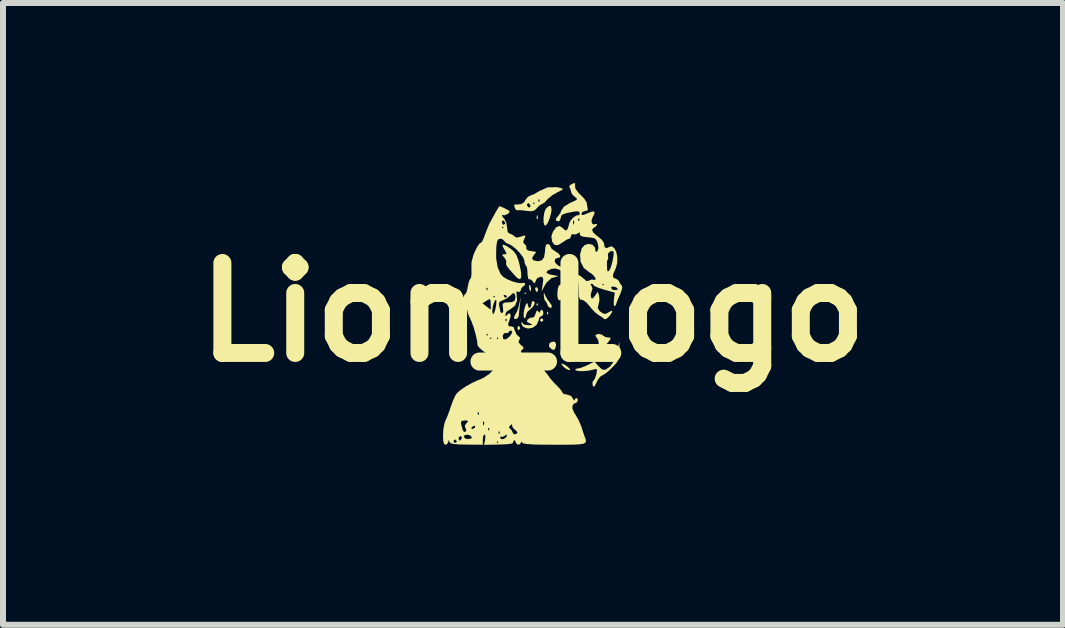
<source format=kicad_pcb>
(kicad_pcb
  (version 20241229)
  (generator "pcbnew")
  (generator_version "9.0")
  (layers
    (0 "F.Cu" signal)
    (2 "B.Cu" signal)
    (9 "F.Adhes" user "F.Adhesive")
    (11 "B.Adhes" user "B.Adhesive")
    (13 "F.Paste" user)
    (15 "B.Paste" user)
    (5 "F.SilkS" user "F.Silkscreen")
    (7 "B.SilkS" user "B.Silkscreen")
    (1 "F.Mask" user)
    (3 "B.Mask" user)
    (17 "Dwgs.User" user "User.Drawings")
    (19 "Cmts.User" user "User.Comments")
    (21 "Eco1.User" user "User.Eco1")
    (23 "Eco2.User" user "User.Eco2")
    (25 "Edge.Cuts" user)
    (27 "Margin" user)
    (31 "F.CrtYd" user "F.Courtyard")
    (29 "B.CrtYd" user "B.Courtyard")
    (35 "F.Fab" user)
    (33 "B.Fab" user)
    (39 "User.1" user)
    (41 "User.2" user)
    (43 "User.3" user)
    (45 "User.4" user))
  (footprint "Lion_Logo"
    (layer "F.Cu")
    (at 5.836 2.156)
    (property "Reference" "Lion_Logo" (at 0 0 0) (layer "F.SilkS") (effects (font (size 1.5 1.5) (thickness 0.3))))
    (attr board_only exclude_from_pos_files exclude_from_bom)
    (fp_poly (pts (xy -0.115 -0.318) (xy -0.13 -0.303) (xy -0.144 -0.318) (xy -0.13 -0.332)) (stroke (width 0) (type solid)) (fill yes) (layer "F.SilkS"))
    (fp_poly (pts (xy 0.077 -0.149) (xy 0.08 -0.115) (xy 0.077 -0.111) (xy 0.06 -0.115) (xy 0.058 -0.13) (xy 0.068 -0.154)) (stroke (width 0) (type solid)) (fill yes) (layer "F.SilkS"))
    (fp_poly (pts (xy 0.077 -1.607) (xy 0.081 -1.562) (xy 0.075 -1.552) (xy 0.062 -1.561) (xy 0.06 -1.59) (xy 0.067 -1.621)) (stroke (width 0) (type solid)) (fill yes) (layer "F.SilkS"))
    (fp_poly (pts (xy 0.25 -0.005) (xy 0.254 0.029) (xy 0.25 0.034) (xy 0.233 0.03) (xy 0.231 0.014) (xy 0.241 -0.009)) (stroke (width 0) (type solid)) (fill yes) (layer "F.SilkS"))
    (fp_poly (pts (xy -0.23 0.231) (xy -0.214 0.266) (xy -0.218 0.276) (xy -0.246 0.302) (xy -0.259 0.273) (xy -0.26 0.258) (xy -0.246 0.228)) (stroke (width 0) (type solid)) (fill yes) (layer "F.SilkS"))
    (fp_poly (pts (xy 0.084 -0.384) (xy 0.08 -0.357) (xy 0.065 -0.335) (xy 0.046 -0.357) (xy 0.035 -0.399) (xy 0.04 -0.411) (xy 0.069 -0.416)) (stroke (width 0) (type solid)) (fill yes) (layer "F.SilkS"))
    (fp_poly (pts (xy -0.051 -0.453) (xy -0.033 -0.403) (xy -0.035 -0.371) (xy -0.045 -0.346) (xy -0.058 -0.375) (xy -0.063 -0.399) (xy -0.068 -0.452) (xy -0.052 -0.453)) (stroke (width 0) (type solid)) (fill yes) (layer "F.SilkS"))
    (fp_poly (pts (xy 0.172 0.123) (xy 0.173 0.13) (xy 0.151 0.158) (xy 0.144 0.159) (xy 0.116 0.137) (xy 0.115 0.13) (xy 0.137 0.102) (xy 0.144 0.101)) (stroke (width 0) (type solid)) (fill yes) (layer "F.SilkS"))
    (fp_poly (pts (xy 0.741 -0.169) (xy 0.736 -0.159) (xy 0.709 -0.131) (xy 0.704 -0.13) (xy 0.702 -0.149) (xy 0.707 -0.159) (xy 0.734 -0.186) (xy 0.739 -0.188)) (stroke (width 0) (type solid)) (fill yes) (layer "F.SilkS"))
    (fp_poly (pts (xy 0.385 0.531) (xy 0.378 0.583) (xy 0.356 0.626) (xy 0.317 0.621) (xy 0.31 0.617) (xy 0.266 0.571) (xy 0.27 0.522) (xy 0.308 0.493) (xy 0.363 0.49)) (stroke (width 0) (type solid)) (fill yes) (layer "F.SilkS"))
    (fp_poly (pts (xy 0.524 0.872) (xy 0.577 0.909) (xy 0.619 0.949) (xy 0.611 0.965) (xy 0.606 0.965) (xy 0.554 0.945) (xy 0.507 0.907) (xy 0.474 0.866) (xy 0.482 0.854)) (stroke (width 0) (type solid)) (fill yes) (layer "F.SilkS"))
    (fp_poly (pts (xy 0.299 -1.769) (xy 0.309 -1.716) (xy 0.304 -1.667) (xy 0.279 -1.571) (xy 0.248 -1.494) (xy 0.217 -1.449) (xy 0.193 -1.447) (xy 0.177 -1.495) (xy 0.175 -1.574) (xy 0.187 -1.657) (xy 0.21 -1.72) (xy 0.213 -1.725) (xy 0.265 -1.773)) (stroke (width 0) (type solid)) (fill yes) (layer "F.SilkS"))
    (fp_poly (pts (xy 0.506 -0.466) (xy 0.539 -0.438) (xy 0.542 -0.382) (xy 0.537 -0.354) (xy 0.511 -0.274) (xy 0.475 -0.218) (xy 0.438 -0.199) (xy 0.424 -0.206) (xy 0.408 -0.252) (xy 0.406 -0.327) (xy 0.415 -0.402) (xy 0.43 -0.444) (xy 0.476 -0.47)) (stroke (width 0) (type solid)) (fill yes) (layer "F.SilkS"))
    (fp_poly (pts (xy -0.22 -0.115) (xy -0.23 -0.025) (xy -0.237 0.044) (xy -0.238 0.064) (xy -0.257 0.099) (xy -0.291 0.115) (xy -0.316 0.103) (xy -0.318 0.091) (xy -0.299 0.039) (xy -0.288 0.025) (xy -0.264 -0.019) (xy -0.239 -0.097) (xy -0.231 -0.132) (xy -0.203 -0.26)) (stroke (width 0) (type solid)) (fill yes) (layer "F.SilkS"))
    (fp_poly (pts (xy 0.187 -0.319) (xy 0.203 -0.28) (xy 0.243 -0.208) (xy 0.274 -0.169) (xy 0.312 -0.116) (xy 0.31 -0.08) (xy 0.286 -0.072) (xy 0.254 -0.096) (xy 0.239 -0.13) (xy 0.219 -0.177) (xy 0.205 -0.188) (xy 0.19 -0.213) (xy 0.181 -0.267) (xy 0.179 -0.32)) (stroke (width 0) (type solid)) (fill yes) (layer "F.SilkS"))
    (fp_poly (pts (xy 1.157 0.377) (xy 1.169 0.39) (xy 1.21 0.414) (xy 1.243 0.419) (xy 1.286 0.423) (xy 1.293 0.443) (xy 1.262 0.488) (xy 1.222 0.534) (xy 1.157 0.599) (xy 1.118 0.615) (xy 1.1 0.583) (xy 1.097 0.536) (xy 1.088 0.469) (xy 1.068 0.433) (xy 1.04 0.396) (xy 1.039 0.388) (xy 1.062 0.366) (xy 1.11 0.362)) (stroke (width 0) (type solid)) (fill yes) (layer "F.SilkS"))
    (fp_poly (pts (xy 0.028 -0.17) (xy 0.022 -0.128) (xy -0.014 -0.078) (xy -0.043 -0.055) (xy -0.096 -0.004) (xy -0.115 0.047) (xy -0.127 0.092) (xy -0.143 0.101) (xy -0.156 0.076) (xy -0.156 0.014) (xy -0.153 -0.007) (xy -0.137 -0.081) (xy -0.116 -0.134) (xy -0.098 -0.156) (xy -0.087 -0.136) (xy -0.087 -0.121) (xy -0.073 -0.079) (xy -0.058 -0.072) (xy -0.034 -0.096) (xy -0.029 -0.13) (xy -0.017 -0.177) (xy 0 -0.188)) (stroke (width 0) (type solid)) (fill yes) (layer "F.SilkS"))
    (fp_poly (pts (xy -0.455 -1.113) (xy -0.384 -1.067) (xy -0.319 -1.014) (xy -0.277 -0.955) (xy -0.245 -0.87) (xy -0.225 -0.797) (xy -0.199 -0.666) (xy -0.196 -0.584) (xy -0.217 -0.551) (xy -0.261 -0.57) (xy -0.296 -0.605) (xy -0.378 -0.697) (xy -0.427 -0.756) (xy -0.448 -0.793) (xy -0.45 -0.816) (xy -0.446 -0.825) (xy -0.449 -0.866) (xy -0.478 -0.911) (xy -0.512 -0.952) (xy -0.505 -0.966) (xy -0.477 -0.967) (xy -0.445 -0.971) (xy -0.446 -0.993) (xy -0.475 -1.042) (xy -0.509 -1.105) (xy -0.502 -1.129)) (stroke (width 0) (type solid)) (fill yes) (layer "F.SilkS"))
    (fp_poly (pts (xy 0.168 -0.019) (xy 0.173 0.014) (xy 0.158 0.058) (xy 0.137 0.065) (xy 0.108 0.084) (xy 0.092 0.139) (xy 0.06 0.21) (xy -0.005 0.257) (xy -0.082 0.272) (xy -0.153 0.249) (xy -0.174 0.23) (xy -0.196 0.186) (xy -0.192 0.168) (xy -0.175 0.171) (xy -0.173 0.183) (xy -0.148 0.206) (xy -0.084 0.215) (xy -0.079 0.215) (xy -0.019 0.212) (xy -0.012 0.204) (xy -0.054 0.186) (xy -0.054 0.185) (xy -0.1 0.159) (xy -0.096 0.128) (xy -0.088 0.117) (xy -0.041 0.089) (xy -0.016 0.09) (xy 0.019 0.077) (xy 0.042 0.025) (xy 0.06 -0.026) (xy 0.079 -0.025) (xy 0.088 -0.013) (xy 0.11 0.01) (xy 0.115 -0.007) (xy 0.134 -0.041) (xy 0.144 -0.043)) (stroke (width 0) (type solid)) (fill yes) (layer "F.SilkS"))
    (fp_poly (pts (xy 1.441 0.644) (xy 1.439 0.732) (xy 1.423 0.794) (xy 1.385 0.852) (xy 1.316 0.925) (xy 1.244 0.993) (xy 1.182 1.039) (xy 1.15 1.054) (xy 1.115 1.078) (xy 1.074 1.138) (xy 1.063 1.162) (xy 1.031 1.226) (xy 1.011 1.243) (xy 0.994 1.217) (xy 0.994 1.217) (xy 0.991 1.163) (xy 1.006 1.143) (xy 1.033 1.103) (xy 1.056 1.033) (xy 1.057 1.027) (xy 1.067 0.964) (xy 1.055 0.944) (xy 1.011 0.953) (xy 1.007 0.955) (xy 0.928 0.973) (xy 0.838 0.981) (xy 0.758 0.98) (xy 0.709 0.967) (xy 0.704 0.962) (xy 0.715 0.942) (xy 0.743 0.938) (xy 0.801 0.925) (xy 0.882 0.893) (xy 0.91 0.879) (xy 1.025 0.821) (xy 1.088 0.894) (xy 1.148 0.951) (xy 1.199 0.961) (xy 1.259 0.924) (xy 1.291 0.897) (xy 1.358 0.8) (xy 1.402 0.659) (xy 1.438 0.491)) (stroke (width 0) (type solid)) (fill yes) (layer "F.SilkS"))
    (fp_poly (pts (xy 0.458 -2.074) (xy 0.495 -2.06) (xy 0.493 -2.045) (xy 0.447 -2.019) (xy 0.409 -2.002) (xy 0.322 -1.951) (xy 0.249 -1.891) (xy 0.236 -1.876) (xy 0.188 -1.826) (xy 0.15 -1.804) (xy 0.149 -1.804) (xy 0.111 -1.784) (xy 0.067 -1.739) (xy 0.026 -1.698) (xy -0.025 -1.684) (xy -0.107 -1.69) (xy -0.115 -1.692) (xy -0.197 -1.701) (xy -0.253 -1.702) (xy -0.264 -1.699) (xy -0.288 -1.712) (xy -0.3 -1.734) (xy -0.316 -1.782) (xy -0.313 -1.785) (xy -0.103 -1.785) (xy -0.08 -1.753) (xy -0.057 -1.746) (xy -0.042 -1.767) (xy -0.047 -1.789) (xy -0.074 -1.818) (xy 0 -1.818) (xy 0.014 -1.804) (xy 0.029 -1.818) (xy 0.014 -1.833) (xy 0 -1.818) (xy -0.074 -1.818) (xy -0.075 -1.819) (xy -0.09 -1.816) (xy -0.103 -1.785) (xy -0.313 -1.785) (xy -0.303 -1.796) (xy -0.281 -1.796) (xy -0.197 -1.803) (xy -0.148 -1.836) (xy -0.133 -1.862) (xy 0.087 -1.862) (xy 0.097 -1.838) (xy 0.106 -1.842) (xy 0.109 -1.877) (xy 0.106 -1.881) (xy 0.089 -1.877) (xy 0.087 -1.862) (xy -0.133 -1.862) (xy -0.13 -1.869) (xy -0.087 -1.923) (xy -0.048 -1.944) (xy 0.009 -1.966) (xy 0.085 -2.008) (xy 0.108 -2.023) (xy 0.244 -2.082) (xy 0.397 -2.086)) (stroke (width 0) (type solid)) (fill yes) (layer "F.SilkS"))
    (fp_poly (pts (xy 0.704 -2.139) (xy 0.699 -2.114) (xy 0.708 -2.057) (xy 0.764 -1.985) (xy 0.79 -1.961) (xy 0.851 -1.897) (xy 0.889 -1.841) (xy 0.895 -1.822) (xy 0.905 -1.757) (xy 0.912 -1.734) (xy 0.91 -1.698) (xy 0.869 -1.689) (xy 0.82 -1.671) (xy 0.808 -1.646) (xy 0.815 -1.621) (xy 0.846 -1.624) (xy 0.909 -1.651) (xy 0.99 -1.681) (xy 1.027 -1.675) (xy 1.02 -1.632) (xy 0.999 -1.597) (xy 0.976 -1.537) (xy 0.981 -1.486) (xy 1.008 -1.462) (xy 1.036 -1.47) (xy 1.065 -1.472) (xy 1.068 -1.462) (xy 1.045 -1.429) (xy 1.025 -1.418) (xy 0.985 -1.384) (xy 0.999 -1.335) (xy 1.064 -1.275) (xy 1.083 -1.263) (xy 1.146 -1.21) (xy 1.181 -1.157) (xy 1.183 -1.145) (xy 1.196 -1.083) (xy 1.231 -1.069) (xy 1.256 -1.083) (xy 1.308 -1.101) (xy 1.352 -1.072) (xy 1.386 -1.011) (xy 1.405 -0.927) (xy 1.405 -0.835) (xy 1.384 -0.745) (xy 1.373 -0.721) (xy 1.334 -0.63) (xy 1.336 -0.578) (xy 1.372 -0.563) (xy 1.418 -0.539) (xy 1.435 -0.512) (xy 1.465 -0.459) (xy 1.482 -0.443) (xy 1.488 -0.406) (xy 1.465 -0.332) (xy 1.448 -0.292) (xy 1.412 -0.21) (xy 1.389 -0.148) (xy 1.385 -0.13) (xy 1.366 -0.102) (xy 1.359 -0.101) (xy 1.346 -0.126) (xy 1.346 -0.189) (xy 1.348 -0.214) (xy 1.364 -0.327) (xy 1.187 -0.377) (xy 1.096 -0.406) (xy 1.092 -0.408) (xy 1.299 -0.408) (xy 1.323 -0.378) (xy 1.357 -0.369) (xy 1.403 -0.375) (xy 1.414 -0.388) (xy 1.39 -0.414) (xy 1.357 -0.427) (xy 1.309 -0.426) (xy 1.299 -0.408) (xy 1.092 -0.408) (xy 1.032 -0.433) (xy 1.01 -0.451) (xy 1 -0.462) (xy 1.155 -0.462) (xy 1.169 -0.447) (xy 1.183 -0.462) (xy 1.169 -0.476) (xy 1.155 -0.462) (xy 1 -0.462) (xy 0.987 -0.475) (xy 0.976 -0.476) (xy 0.956 -0.467) (xy 0.974 -0.443) (xy 0.992 -0.395) (xy 0.978 -0.354) (xy 0.961 -0.289) (xy 0.966 -0.253) (xy 0.983 -0.227) (xy 1.01 -0.246) (xy 1.031 -0.274) (xy 1.078 -0.341) (xy 1.101 -0.279) (xy 1.108 -0.203) (xy 1.094 -0.137) (xy 1.079 -0.074) (xy 1.104 -0.028) (xy 1.128 -0.007) (xy 1.179 0.027) (xy 1.223 0.022) (xy 1.26 0.000011) (xy 1.311 -0.026) (xy 1.323 -0.014) (xy 1.295 0.035) (xy 1.267 0.071) (xy 1.222 0.111) (xy 1.19 0.116) (xy 1.189 0.114) (xy 1.15 0.081) (xy 1.097 0.049) (xy 1.035 0.002) (xy 0.968 -0.07) (xy 0.946 -0.099) (xy 0.886 -0.167) (xy 0.832 -0.203) (xy 0.816 -0.206) (xy 0.782 -0.216) (xy 0.766 -0.26) (xy 0.762 -0.318) (xy 0.758 -0.439) (xy 0.752 -0.513) (xy 0.742 -0.547) (xy 0.727 -0.551) (xy 0.722 -0.548) (xy 0.695 -0.547) (xy 0.693 -0.554) (xy 0.669 -0.579) (xy 0.608 -0.62) (xy 0.535 -0.662) (xy 0.438 -0.71) (xy 0.371 -0.73) (xy 0.316 -0.726) (xy 0.299 -0.72) (xy 0.234 -0.688) (xy 0.226 -0.657) (xy 0.273 -0.632) (xy 0.346 -0.618) (xy 0.407 -0.607) (xy 0.42 -0.599) (xy 0.402 -0.596) (xy 0.304 -0.568) (xy 0.225 -0.494) (xy 0.188 -0.433) (xy 0.143 -0.346) (xy 0.162 -0.469) (xy 0.171 -0.546) (xy 0.162 -0.582) (xy 0.132 -0.592) (xy 0.123 -0.592) (xy 0.067 -0.566) (xy 0.046 -0.527) (xy 0.03 -0.483) (xy 0.012 -0.491) (xy -0.002 -0.513) (xy -0.038 -0.547) (xy -0.06 -0.547) (xy -0.079 -0.56) (xy -0.09 -0.614) (xy -0.09 -0.619) (xy -0.095 -0.703) (xy -0.102 -0.749) (xy -0.115 -0.774) (xy -0.123 -0.782) (xy -0.141 -0.826) (xy -0.144 -0.864) (xy -0.165 -0.916) (xy -0.218 -0.986) (xy -0.286 -1.057) (xy -0.355 -1.113) (xy -0.41 -1.14) (xy -0.415 -1.14) (xy -0.46 -1.163) (xy -0.472 -1.183) (xy -0.512 -1.22) (xy -0.545 -1.227) (xy -0.579 -1.217) (xy -0.599 -1.18) (xy -0.611 -1.101) (xy -0.613 -1.075) (xy -0.615 -0.902) (xy -0.59 -0.753) (xy -0.542 -0.641) (xy -0.499 -0.592) (xy -0.428 -0.549) (xy -0.339 -0.513) (xy -0.252 -0.49) (xy -0.188 -0.485) (xy -0.175 -0.49) (xy -0.138 -0.487) (xy -0.132 -0.48) (xy -0.139 -0.449) (xy -0.159 -0.437) (xy -0.197 -0.397) (xy -0.202 -0.373) (xy -0.219 -0.34) (xy -0.247 -0.343) (xy -0.279 -0.345) (xy -0.275 -0.306) (xy -0.274 -0.302) (xy -0.265 -0.198) (xy -0.3 -0.11) (xy -0.374 -0.053) (xy -0.376 -0.052) (xy -0.442 -0.01) (xy -0.461 0.034) (xy -0.456 0.067) (xy -0.436 0.047) (xy -0.436 0.047) (xy -0.401 0.015) (xy -0.378 0.028) (xy -0.373 0.071) (xy -0.39 0.121) (xy -0.415 0.193) (xy -0.405 0.234) (xy -0.362 0.235) (xy -0.36 0.235) (xy -0.325 0.247) (xy -0.303 0.302) (xy -0.276 0.368) (xy -0.24 0.402) (xy -0.212 0.426) (xy -0.229 0.46) (xy -0.243 0.497) (xy -0.213 0.536) (xy -0.196 0.549) (xy -0.155 0.59) (xy -0.166 0.612) (xy -0.201 0.643) (xy -0.195 0.677) (xy -0.153 0.688) (xy -0.144 0.687) (xy -0.102 0.684) (xy -0.103 0.716) (xy -0.104 0.718) (xy -0.103 0.755) (xy -0.058 0.765) (xy -0.001 0.785) (xy 0.019 0.815) (xy 0.052 0.864) (xy 0.114 0.917) (xy 0.124 0.924) (xy 0.194 0.98) (xy 0.244 1.04) (xy 0.247 1.045) (xy 0.287 1.103) (xy 0.351 1.176) (xy 0.385 1.209) (xy 0.446 1.273) (xy 0.484 1.323) (xy 0.491 1.34) (xy 0.515 1.363) (xy 0.564 1.371) (xy 0.635 1.394) (xy 0.663 1.436) (xy 0.683 1.472) (xy 0.691 1.465) (xy 0.712 1.431) (xy 0.724 1.429) (xy 0.746 1.451) (xy 0.745 1.474) (xy 0.725 1.508) (xy 0.712 1.51) (xy 0.681 1.524) (xy 0.661 1.55) (xy 0.654 1.6) (xy 0.684 1.67) (xy 0.705 1.703) (xy 0.76 1.798) (xy 0.803 1.898) (xy 0.809 1.914) (xy 0.834 1.995) (xy 0.855 2.057) (xy 0.858 2.064) (xy 0.876 2.114) (xy 0.883 2.151) (xy 0.871 2.176) (xy 0.835 2.193) (xy 0.766 2.202) (xy 0.659 2.207) (xy 0.506 2.208) (xy 0.358 2.208) (xy 0.158 2.207) (xy 0.01 2.204) (xy -0.093 2.197) (xy -0.154 2.188) (xy -0.181 2.175) (xy -0.183 2.172) (xy -0.196 2.151) (xy -0.2 2.172) (xy -0.221 2.204) (xy -0.26 2.204) (xy -0.287 2.175) (xy -0.289 2.163) (xy -0.303 2.133) (xy -0.318 2.136) (xy -0.336 2.169) (xy -0.333 2.178) (xy -0.353 2.189) (xy -0.418 2.198) (xy -0.517 2.204) (xy -0.567 2.205) (xy -0.816 2.21) (xy -0.807 2.165) (xy -0.606 2.165) (xy -0.592 2.179) (xy -0.577 2.165) (xy -0.592 2.15) (xy -0.606 2.165) (xy -0.807 2.165) (xy -0.798 2.122) (xy -0.796 2.09) (xy -0.548 2.09) (xy -0.529 2.116) (xy -0.488 2.112) (xy -0.449 2.084) (xy -0.438 2.064) (xy -0.434 2.036) (xy -0.461 2.052) (xy -0.467 2.056) (xy -0.511 2.078) (xy -0.529 2.073) (xy -0.547 2.077) (xy -0.548 2.09) (xy -0.796 2.09) (xy -0.794 2.061) (xy -0.808 2.035) (xy -0.809 2.035) (xy -0.829 2.06) (xy -0.837 2.12) (xy -0.837 2.122) (xy -0.837 2.208) (xy -1.11 2.206) (xy -1.24 2.203) (xy -1.324 2.196) (xy -1.37 2.184) (xy -1.392 2.164) (xy -1.395 2.155) (xy -1.396 2.15) (xy -1.328 2.15) (xy -1.306 2.178) (xy -1.299 2.179) (xy -1.271 2.157) (xy -1.27 2.15) (xy -1.292 2.122) (xy -1.299 2.121) (xy -1.327 2.143) (xy -1.328 2.15) (xy -1.396 2.15) (xy -1.406 2.124) (xy -1.41 2.149) (xy -1.411 2.158) (xy -1.434 2.2) (xy -1.458 2.208) (xy -1.484 2.194) (xy -1.497 2.145) (xy -1.498 2.109) (xy -1.241 2.109) (xy -1.227 2.139) (xy -1.212 2.136) (xy -1.185 2.099) (xy -1.183 2.091) (xy -1.199 2.073) (xy -1.155 2.073) (xy -1.129 2.106) (xy -1.081 2.114) (xy -1.03 2.104) (xy -1.019 2.082) (xy -1.05 2.051) (xy -1.1 2.04) (xy -1.143 2.051) (xy -1.155 2.073) (xy -1.199 2.073) (xy -1.205 2.065) (xy -1.212 2.064) (xy -1.238 2.087) (xy -1.241 2.109) (xy -1.498 2.109) (xy -1.501 2.049) (xy -1.501 2.047) (xy -1.498 2.006) (xy -0.577 2.006) (xy -0.567 2.03) (xy -0.558 2.025) (xy -0.555 1.991) (xy -0.558 1.987) (xy -0.575 1.991) (xy -0.577 2.006) (xy -1.498 2.006) (xy -1.494 1.941) (xy -1.475 1.847) (xy -1.473 1.842) (xy -1.202 1.842) (xy -1.194 1.883) (xy -1.172 1.962) (xy -1.151 1.995) (xy -1.123 1.99) (xy -1.122 1.989) (xy -1.112 1.956) (xy -1.125 1.934) (xy -1.13 1.919) (xy -1.025 1.919) (xy -1.023 1.946) (xy -1.014 1.948) (xy -0.75 1.948) (xy -0.74 1.972) (xy -0.731 1.968) (xy -0.728 1.933) (xy -0.731 1.929) (xy -0.748 1.933) (xy -0.75 1.948) (xy -1.014 1.948) (xy -0.973 1.927) (xy -0.969 1.923) (xy -0.404 1.923) (xy -0.382 1.94) (xy -0.349 1.977) (xy -0.346 1.994) (xy -0.323 2.03) (xy -0.303 2.035) (xy -0.265 2.019) (xy -0.26 2.005) (xy -0.283 1.97) (xy -0.303 1.959) (xy -0.341 1.919) (xy -0.346 1.896) (xy -0.353 1.866) (xy -0.38 1.886) (xy -0.382 1.888) (xy -0.404 1.923) (xy -0.969 1.923) (xy -0.967 1.919) (xy -0.968 1.893) (xy -0.978 1.891) (xy -1.019 1.912) (xy -1.025 1.919) (xy -1.13 1.919) (xy -1.138 1.891) (xy -1.11 1.85) (xy -1.106 1.845) (xy -0.835 1.845) (xy -0.829 1.882) (xy -0.82 1.883) (xy -0.813 1.844) (xy -0.817 1.827) (xy -0.83 1.816) (xy -0.835 1.845) (xy -1.106 1.845) (xy -1.082 1.817) (xy -1.1 1.805) (xy -1.139 1.804) (xy -1.191 1.811) (xy -1.202 1.842) (xy -1.473 1.842) (xy -1.461 1.808) (xy -1.429 1.737) (xy -1.411 1.689) (xy -0.924 1.689) (xy -0.913 1.712) (xy -0.904 1.708) (xy -0.901 1.674) (xy -0.904 1.669) (xy -0.922 1.673) (xy -0.924 1.689) (xy -1.411 1.689) (xy -1.392 1.638) (xy -1.37 1.571) (xy -1.334 1.472) (xy -1.295 1.388) (xy -1.273 1.353) (xy -1.212 1.298) (xy -1.119 1.235) (xy -1.014 1.176) (xy -0.918 1.132) (xy -0.895 1.125) (xy -0.826 1.092) (xy -0.746 1.04) (xy -0.729 1.028) (xy -0.665 0.964) (xy -0.638 0.896) (xy -0.635 0.844) (xy -0.641 0.77) (xy -0.665 0.739) (xy -0.686 0.736) (xy -0.727 0.719) (xy -0.789 0.678) (xy -0.855 0.628) (xy -0.905 0.58) (xy -0.924 0.552) (xy -0.933 0.472) (xy -0.942 0.433) (xy -0.722 0.433) (xy -0.707 0.447) (xy -0.693 0.433) (xy -0.606 0.433) (xy -0.592 0.447) (xy -0.577 0.433) (xy -0.592 0.419) (xy -0.606 0.433) (xy -0.693 0.433) (xy -0.707 0.419) (xy -0.722 0.433) (xy -0.942 0.433) (xy -0.952 0.39) (xy -0.505 0.39) (xy -0.5 0.435) (xy -0.484 0.452) (xy -0.445 0.447) (xy -0.397 0.41) (xy -0.358 0.36) (xy -0.347 0.325) (xy -0.368 0.304) (xy -0.375 0.303) (xy -0.403 0.324) (xy -0.404 0.331) (xy -0.425 0.348) (xy -0.444 0.344) (xy -0.483 0.351) (xy -0.505 0.39) (xy -0.952 0.39) (xy -0.955 0.375) (xy -0.779 0.375) (xy -0.765 0.39) (xy -0.75 0.375) (xy -0.765 0.361) (xy -0.779 0.375) (xy -0.955 0.375) (xy -0.958 0.363) (xy -0.991 0.248) (xy -1.026 0.151) (xy -1.036 0.13) (xy -0.462 0.13) (xy -0.451 0.154) (xy -0.443 0.149) (xy -0.439 0.115) (xy -0.443 0.111) (xy -0.46 0.115) (xy -0.462 0.13) (xy -1.036 0.13) (xy -1.045 0.112) (xy -1.084 0.024) (xy -1.092 -0.014) (xy -0.679 -0.014) (xy -0.67 0.027) (xy -0.67 0.028) (xy -0.651 0.018) (xy -0.632 -0.033) (xy -0.616 -0.11) (xy -0.614 -0.13) (xy -0.568 -0.13) (xy -0.566 -0.119) (xy -0.552 -0.053) (xy -0.549 -0.022) (xy -0.528 0.012) (xy -0.516 0.014) (xy -0.496 -0.01) (xy -0.501 -0.072) (xy -0.507 -0.134) (xy -0.485 -0.158) (xy -0.454 -0.163) (xy -0.383 -0.168) (xy -0.349 -0.17) (xy -0.303 -0.197) (xy -0.292 -0.257) (xy -0.301 -0.294) (xy -0.319 -0.322) (xy -0.347 -0.309) (xy -0.377 -0.279) (xy -0.446 -0.226) (xy -0.508 -0.199) (xy -0.561 -0.174) (xy -0.568 -0.13) (xy -0.614 -0.13) (xy -0.61 -0.172) (xy -0.614 -0.208) (xy -0.631 -0.2) (xy -0.652 -0.158) (xy -0.671 -0.091) (xy -0.673 -0.083) (xy -0.679 -0.014) (xy -1.092 -0.014) (xy -1.103 -0.061) (xy -1.103 -0.074) (xy -1.11 -0.14) (xy -1.114 -0.149) (xy -0.842 -0.149) (xy -0.775 -0.097) (xy -0.726 -0.06) (xy -0.705 -0.044) (xy -0.704 -0.069) (xy -0.705 -0.13) (xy -0.705 -0.14) (xy -0.709 -0.204) (xy -0.725 -0.22) (xy -0.767 -0.198) (xy -0.775 -0.193) (xy -0.842 -0.149) (xy -1.114 -0.149) (xy -1.128 -0.174) (xy -1.149 -0.21) (xy -1.153 -0.26) (xy -0.664 -0.26) (xy -0.649 -0.245) (xy -0.635 -0.26) (xy -0.649 -0.274) (xy -0.664 -0.26) (xy -1.153 -0.26) (xy -1.153 -0.261) (xy -1.148 -0.276) (xy -0.491 -0.276) (xy -0.47 -0.247) (xy -0.462 -0.245) (xy -0.434 -0.255) (xy -0.433 -0.258) (xy -0.453 -0.283) (xy -0.462 -0.289) (xy -0.488 -0.286) (xy -0.491 -0.276) (xy -1.148 -0.276) (xy -1.141 -0.298) (xy -1.129 -0.303) (xy -1.111 -0.329) (xy -1.094 -0.39) (xy -0.779 -0.39) (xy -0.769 -0.366) (xy -0.76 -0.37) (xy -0.757 -0.405) (xy -0.76 -0.409) (xy -0.777 -0.405) (xy -0.779 -0.39) (xy -1.094 -0.39) (xy -1.093 -0.393) (xy -1.088 -0.425) (xy -1.072 -0.502) (xy -1.052 -0.55) (xy -1.044 -0.556) (xy -1.031 -0.588) (xy -1.025 -0.658) (xy -1.027 -0.714) (xy -1.025 -0.837) (xy -0.994 -0.954) (xy -0.967 -1.018) (xy -0.926 -1.098) (xy -0.89 -1.148) (xy -0.872 -1.158) (xy -0.851 -1.175) (xy -0.823 -1.234) (xy -0.8 -1.299) (xy -0.754 -1.414) (xy -0.52 -1.414) (xy -0.505 -1.4) (xy -0.491 -1.414) (xy -0.505 -1.429) (xy -0.52 -1.414) (xy -0.754 -1.414) (xy -0.731 -1.47) (xy -0.713 -1.503) (xy -0.52 -1.503) (xy -0.504 -1.463) (xy -0.491 -1.458) (xy -0.463 -1.478) (xy -0.462 -1.485) (xy -0.483 -1.524) (xy -0.491 -1.53) (xy -0.515 -1.523) (xy -0.52 -1.503) (xy -0.713 -1.503) (xy -0.62 -1.675) (xy -0.562 -1.768) (xy -0.537 -1.761) (xy -0.478 -1.736) (xy -0.462 -1.728) (xy -0.402 -1.695) (xy -0.388 -1.672) (xy -0.413 -1.646) (xy -0.418 -1.642) (xy -0.469 -1.618) (xy -0.495 -1.619) (xy -0.518 -1.624) (xy -0.511 -1.597) (xy -0.476 -1.555) (xy -0.446 -1.497) (xy -0.433 -1.416) (xy -0.433 -1.412) (xy -0.422 -1.337) (xy -0.393 -1.313) (xy -0.342 -1.293) (xy -0.319 -1.272) (xy -0.274 -1.245) (xy -0.212 -1.257) (xy -0.147 -1.28) (xy -0.125 -1.275) (xy -0.138 -1.239) (xy -0.146 -1.223) (xy -0.165 -1.169) (xy -0.145 -1.14) (xy -0.115 -1.11) (xy -0.113 -1.101) (xy -0.11 -1.051) (xy -0.074 -1.027) (xy -0.023 -1.019) (xy 0.037 -1.011) (xy 0.048 -0.994) (xy 0.018 -0.96) (xy -0.016 -0.905) (xy 0.003 -0.868) (xy 0.073 -0.852) (xy 0.085 -0.851) (xy 0.148 -0.867) (xy 0.185 -0.918) (xy 0.2 -1.014) (xy 0.202 -1.061) (xy 0.216 -1.124) (xy 0.245 -1.14) (xy 0.284 -1.118) (xy 0.289 -1.098) (xy 0.312 -1.057) (xy 0.366 -1.019) (xy 0.427 -0.979) (xy 0.455 -0.94) (xy 0.446 -0.914) (xy 0.423 -0.909) (xy 0.37 -0.891) (xy 0.361 -0.846) (xy 0.386 -0.808) (xy 0.429 -0.773) (xy 0.448 -0.765) (xy 0.482 -0.75) (xy 0.541 -0.712) (xy 0.552 -0.705) (xy 0.633 -0.66) (xy 0.711 -0.636) (xy 0.714 -0.636) (xy 0.789 -0.607) (xy 0.844 -0.562) (xy 0.891 -0.519) (xy 0.927 -0.526) (xy 0.928 -0.527) (xy 0.979 -0.547) (xy 0.999 -0.543) (xy 1.038 -0.539) (xy 1.042 -0.564) (xy 1.018 -0.604) (xy 0.974 -0.645) (xy 0.94 -0.665) (xy 0.847 -0.738) (xy 0.818 -0.794) (xy 1.231 -0.794) (xy 1.232 -0.787) (xy 1.236 -0.713) (xy 1.242 -0.684) (xy 1.255 -0.684) (xy 1.268 -0.691) (xy 1.288 -0.727) (xy 1.312 -0.8) (xy 1.326 -0.856) (xy 1.344 -0.955) (xy 1.344 -1.008) (xy 1.322 -1.023) (xy 1.282 -1.013) (xy 1.248 -0.974) (xy 1.25 -0.938) (xy 1.254 -0.892) (xy 1.246 -0.88) (xy 1.234 -0.855) (xy 1.231 -0.794) (xy 0.818 -0.794) (xy 0.793 -0.843) (xy 0.784 -0.965) (xy 0.813 -1.067) (xy 0.861 -1.121) (xy 0.925 -1.14) (xy 0.989 -1.127) (xy 1.031 -1.083) (xy 1.039 -1.045) (xy 1.046 -1.005) (xy 1.071 -1.016) (xy 1.072 -1.018) (xy 1.092 -1.069) (xy 1.079 -1.146) (xy 1.057 -1.204) (xy 1.024 -1.234) (xy 0.96 -1.247) (xy 0.915 -1.25) (xy 0.829 -1.261) (xy 0.787 -1.281) (xy 0.779 -1.308) (xy 0.773 -1.338) (xy 0.755 -1.32) (xy 0.712 -1.297) (xy 0.683 -1.301) (xy 0.643 -1.3) (xy 0.635 -1.273) (xy 0.619 -1.233) (xy 0.603 -1.227) (xy 0.56 -1.21) (xy 0.5 -1.17) (xy 0.499 -1.169) (xy 0.418 -1.12) (xy 0.361 -1.122) (xy 0.321 -1.174) (xy 0.317 -1.185) (xy 0.306 -1.268) (xy 0.331 -1.34) (xy 0.386 -1.417) (xy 0.442 -1.439) (xy 0.495 -1.405) (xy 0.501 -1.397) (xy 0.542 -1.362) (xy 0.575 -1.383) (xy 0.599 -1.46) (xy 0.603 -1.482) (xy 0.613 -1.503) (xy 0.666 -1.503) (xy 0.671 -1.466) (xy 0.681 -1.465) (xy 0.688 -1.504) (xy 0.684 -1.521) (xy 0.671 -1.532) (xy 0.666 -1.503) (xy 0.613 -1.503) (xy 0.626 -1.529) (xy 0.639 -1.544) (xy 0.75 -1.544) (xy 0.761 -1.52) (xy 0.77 -1.525) (xy 0.773 -1.559) (xy 0.77 -1.563) (xy 0.753 -1.559) (xy 0.75 -1.544) (xy 0.639 -1.544) (xy 0.671 -1.579) (xy 0.719 -1.613) (xy 0.749 -1.617) (xy 0.774 -1.624) (xy 0.779 -1.647) (xy 0.77 -1.677) (xy 0.73 -1.684) (xy 0.671 -1.676) (xy 0.562 -1.654) (xy 0.498 -1.633) (xy 0.469 -1.607) (xy 0.462 -1.571) (xy 0.443 -1.525) (xy 0.419 -1.515) (xy 0.38 -1.531) (xy 0.387 -1.569) (xy 0.416 -1.6) (xy 0.455 -1.654) (xy 0.473 -1.7) (xy 0.517 -1.763) (xy 0.616 -1.822) (xy 0.625 -1.826) (xy 0.702 -1.861) (xy 0.734 -1.884) (xy 0.726 -1.903) (xy 0.697 -1.923) (xy 0.65 -1.969) (xy 0.635 -2.007) (xy 0.619 -2.065) (xy 0.608 -2.08) (xy 0.607 -2.111) (xy 0.647 -2.139) (xy 0.694 -2.156)) (stroke (width 0) (type solid)) (fill yes) (layer "F.SilkS")))
  (gr_rect
    (start -3 -3)
    (end 14.671 7.366)
    (stroke (width 0.1) (type default))
    (fill no)
    (layer "Edge.Cuts")))
</source>
